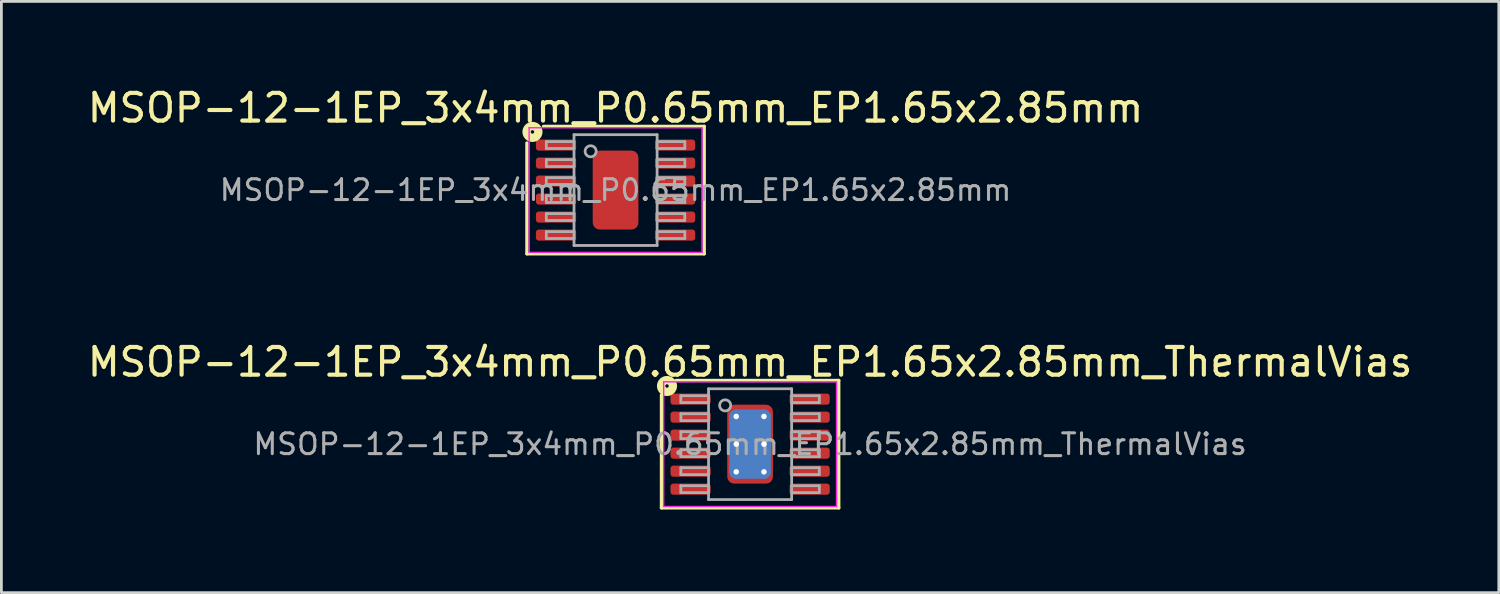
<source format=kicad_pcb>
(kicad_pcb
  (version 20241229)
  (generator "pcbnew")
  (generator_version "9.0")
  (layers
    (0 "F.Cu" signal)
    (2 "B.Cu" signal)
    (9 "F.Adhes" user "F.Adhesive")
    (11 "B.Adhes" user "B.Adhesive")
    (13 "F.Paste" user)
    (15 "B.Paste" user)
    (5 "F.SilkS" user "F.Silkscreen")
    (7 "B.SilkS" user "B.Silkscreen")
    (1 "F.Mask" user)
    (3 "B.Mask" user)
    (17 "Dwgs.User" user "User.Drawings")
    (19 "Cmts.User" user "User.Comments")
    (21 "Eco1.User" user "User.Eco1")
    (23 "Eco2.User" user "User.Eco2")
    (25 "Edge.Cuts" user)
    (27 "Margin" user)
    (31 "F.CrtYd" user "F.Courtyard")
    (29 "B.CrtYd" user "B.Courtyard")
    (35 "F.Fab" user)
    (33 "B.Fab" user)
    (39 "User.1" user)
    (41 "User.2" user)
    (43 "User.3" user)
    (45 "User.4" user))
  (footprint "MSOP-12-1EP_3x4mm_P0.65mm_EP1.65x2.85mm"
    (layer "F.Cu")
    (at 19.173 3.812)
    (property "Reference" "MSOP-12-1EP_3x4mm_P0.65mm_EP1.65x2.85mm" (at 0 -2.964 0) (layer "F.SilkS") (effects (font (size 1 1) (thickness 0.15))))
    (attr smd)
    (fp_line (start -3.2 2.3) (end -3.2 -1.7) (stroke (width 0.12) (type solid)) (layer "F.SilkS"))
    (fp_line (start -2.6 -2.3) (end 3.2 -2.3) (stroke (width 0.12) (type solid)) (layer "F.SilkS"))
    (fp_line (start 3.2 -2.3) (end 3.2 2.3) (stroke (width 0.12) (type solid)) (layer "F.SilkS"))
    (fp_line (start 3.2 2.3) (end -3.2 2.3) (stroke (width 0.12) (type solid)) (layer "F.SilkS"))
    (fp_circle (center -3 -2.1) (end -2.937 -2.1) (stroke (width 0.3) (type solid)) (fill no) (layer "F.SilkS"))
    (fp_line (start -3.12 -2.25) (end -3.12 2.25) (stroke (width 0.05) (type solid)) (layer "F.CrtYd"))
    (fp_line (start -3.12 2.25) (end 3.12 2.25) (stroke (width 0.05) (type solid)) (layer "F.CrtYd"))
    (fp_line (start 3.12 -2.25) (end -3.12 -2.25) (stroke (width 0.05) (type solid)) (layer "F.CrtYd"))
    (fp_line (start 3.12 2.25) (end 3.12 -2.25) (stroke (width 0.05) (type solid)) (layer "F.CrtYd"))
    (fp_line (start -2.5 -1.75) (end -2.5 -1.5) (stroke (width 0.1) (type solid)) (layer "F.Fab"))
    (fp_line (start -2.5 -1.75) (end -1.5 -1.75) (stroke (width 0.1) (type solid)) (layer "F.Fab"))
    (fp_line (start -2.5 -1.5) (end -1.5 -1.5) (stroke (width 0.1) (type solid)) (layer "F.Fab"))
    (fp_line (start -2.5 -0.45) (end -2.5 -0.2) (stroke (width 0.1) (type solid)) (layer "F.Fab"))
    (fp_line (start -2.5 -0.45) (end -1.5 -0.45) (stroke (width 0.1) (type solid)) (layer "F.Fab"))
    (fp_line (start -2.5 -0.2) (end -1.5 -0.2) (stroke (width 0.1) (type solid)) (layer "F.Fab"))
    (fp_line (start -2.5 0.2) (end -2.5 0.45) (stroke (width 0.1) (type solid)) (layer "F.Fab"))
    (fp_line (start -2.5 0.2) (end -1.5 0.2) (stroke (width 0.1) (type solid)) (layer "F.Fab"))
    (fp_line (start -2.5 0.45) (end -1.5 0.45) (stroke (width 0.1) (type solid)) (layer "F.Fab"))
    (fp_line (start -2.5 0.85) (end -2.5 1.1) (stroke (width 0.1) (type solid)) (layer "F.Fab"))
    (fp_line (start -2.5 0.85) (end -1.5 0.85) (stroke (width 0.1) (type solid)) (layer "F.Fab"))
    (fp_line (start -2.5 1.1) (end -1.5 1.1) (stroke (width 0.1) (type solid)) (layer "F.Fab"))
    (fp_line (start -2.5 1.5) (end -2.5 1.75) (stroke (width 0.1) (type solid)) (layer "F.Fab"))
    (fp_line (start -2.5 1.5) (end -1.5 1.5) (stroke (width 0.1) (type solid)) (layer "F.Fab"))
    (fp_line (start -2.5 1.75) (end -1.5 1.75) (stroke (width 0.1) (type solid)) (layer "F.Fab"))
    (fp_line (start -2.498 -1.099) (end -2.498 -0.849) (stroke (width 0.1) (type solid)) (layer "F.Fab"))
    (fp_line (start -2.498 -1.099) (end -1.498 -1.099) (stroke (width 0.1) (type solid)) (layer "F.Fab"))
    (fp_line (start -2.498 -0.849) (end -1.498 -0.849) (stroke (width 0.1) (type solid)) (layer "F.Fab"))
    (fp_line (start -1.5 -2) (end 1.5 -2) (stroke (width 0.1) (type solid)) (layer "F.Fab"))
    (fp_line (start -1.5 2) (end -1.5 -2) (stroke (width 0.1) (type solid)) (layer "F.Fab"))
    (fp_line (start 1.5 -2) (end 1.5 2) (stroke (width 0.1) (type solid)) (layer "F.Fab"))
    (fp_line (start 1.5 2) (end -1.5 2) (stroke (width 0.1) (type solid)) (layer "F.Fab"))
    (fp_line (start 2.498 0.849) (end 1.498 0.849) (stroke (width 0.1) (type solid)) (layer "F.Fab"))
    (fp_line (start 2.498 1.099) (end 1.498 1.099) (stroke (width 0.1) (type solid)) (layer "F.Fab"))
    (fp_line (start 2.498 1.099) (end 2.498 0.849) (stroke (width 0.1) (type solid)) (layer "F.Fab"))
    (fp_line (start 2.5 -1.75) (end 1.5 -1.75) (stroke (width 0.1) (type solid)) (layer "F.Fab"))
    (fp_line (start 2.5 -1.5) (end 1.5 -1.5) (stroke (width 0.1) (type solid)) (layer "F.Fab"))
    (fp_line (start 2.5 -1.5) (end 2.5 -1.75) (stroke (width 0.1) (type solid)) (layer "F.Fab"))
    (fp_line (start 2.5 -1.1) (end 1.5 -1.1) (stroke (width 0.1) (type solid)) (layer "F.Fab"))
    (fp_line (start 2.5 -0.85) (end 1.5 -0.85) (stroke (width 0.1) (type solid)) (layer "F.Fab"))
    (fp_line (start 2.5 -0.85) (end 2.5 -1.1) (stroke (width 0.1) (type solid)) (layer "F.Fab"))
    (fp_line (start 2.5 -0.45) (end 1.5 -0.45) (stroke (width 0.1) (type solid)) (layer "F.Fab"))
    (fp_line (start 2.5 -0.2) (end 1.5 -0.2) (stroke (width 0.1) (type solid)) (layer "F.Fab"))
    (fp_line (start 2.5 -0.2) (end 2.5 -0.45) (stroke (width 0.1) (type solid)) (layer "F.Fab"))
    (fp_line (start 2.5 0.2) (end 1.5 0.2) (stroke (width 0.1) (type solid)) (layer "F.Fab"))
    (fp_line (start 2.5 0.45) (end 1.5 0.45) (stroke (width 0.1) (type solid)) (layer "F.Fab"))
    (fp_line (start 2.5 0.45) (end 2.5 0.2) (stroke (width 0.1) (type solid)) (layer "F.Fab"))
    (fp_line (start 2.5 1.5) (end 1.5 1.5) (stroke (width 0.1) (type solid)) (layer "F.Fab"))
    (fp_line (start 2.5 1.75) (end 1.5 1.75) (stroke (width 0.1) (type solid)) (layer "F.Fab"))
    (fp_line (start 2.5 1.75) (end 2.5 1.5) (stroke (width 0.1) (type solid)) (layer "F.Fab"))
    (fp_circle (center -0.9 -1.4) (end -0.7 -1.4) (stroke (width 0.1) (type solid)) (fill no) (layer "F.Fab"))
    (fp_text user "${REFERENCE}" (at 0 0 0) (layer "F.Fab") (effects (font (size 0.75 0.75) (thickness 0.11))))
    (pad "" smd roundrect (at -0.41 -0.71) (size 0.67 1.15) (layers "F.Paste") (roundrect_rratio 0.25))
    (pad "" smd roundrect (at -0.41 0.71) (size 0.67 1.15) (layers "F.Paste") (roundrect_rratio 0.25))
    (pad "" smd roundrect (at 0.41 -0.71) (size 0.67 1.15) (layers "F.Paste") (roundrect_rratio 0.25))
    (pad "" smd roundrect (at 0.41 0.71) (size 0.67 1.15) (layers "F.Paste") (roundrect_rratio 0.25))
    (pad "1" smd roundrect (at -2.15 -1.625) (size 1.45 0.4) (layers "F.Cu" "F.Mask" "F.Paste") (roundrect_rratio 0.25))
    (pad "2" smd roundrect (at -2.15 -0.975) (size 1.45 0.4) (layers "F.Cu" "F.Mask" "F.Paste") (roundrect_rratio 0.25))
    (pad "3" smd roundrect (at -2.15 -0.325) (size 1.45 0.4) (layers "F.Cu" "F.Mask" "F.Paste") (roundrect_rratio 0.25))
    (pad "4" smd roundrect (at -2.15 0.325) (size 1.45 0.4) (layers "F.Cu" "F.Mask" "F.Paste") (roundrect_rratio 0.25))
    (pad "5" smd roundrect (at -2.15 0.975) (size 1.45 0.4) (layers "F.Cu" "F.Mask" "F.Paste") (roundrect_rratio 0.25))
    (pad "6" smd roundrect (at -2.15 1.625) (size 1.45 0.4) (layers "F.Cu" "F.Mask" "F.Paste") (roundrect_rratio 0.25))
    (pad "7" smd roundrect (at 2.15 1.625) (size 1.45 0.4) (layers "F.Cu" "F.Mask" "F.Paste") (roundrect_rratio 0.25))
    (pad "8" smd roundrect (at 2.15 0.975) (size 1.45 0.4) (layers "F.Cu" "F.Mask" "F.Paste") (roundrect_rratio 0.25))
    (pad "9" smd roundrect (at 2.15 0.325) (size 1.45 0.4) (layers "F.Cu" "F.Mask" "F.Paste") (roundrect_rratio 0.25))
    (pad "10" smd roundrect (at 2.15 -0.325) (size 1.45 0.4) (layers "F.Cu" "F.Mask" "F.Paste") (roundrect_rratio 0.25))
    (pad "11" smd roundrect (at 2.15 -0.975) (size 1.45 0.4) (layers "F.Cu" "F.Mask" "F.Paste") (roundrect_rratio 0.25))
    (pad "12" smd roundrect (at 2.15 -1.625) (size 1.45 0.4) (layers "F.Cu" "F.Mask" "F.Paste") (roundrect_rratio 0.25))
    (pad "13" smd roundrect (at 0 0) (size 1.65 2.85) (layers "F.Cu" "F.Mask") (roundrect_rratio 0.152)))
  (footprint "MSOP-12-1EP_3x4mm_P0.65mm_EP1.65x2.85mm_ThermalVias"
    (layer "F.Cu")
    (at 24.03 12.985)
    (property "Reference" "MSOP-12-1EP_3x4mm_P0.65mm_EP1.65x2.85mm_ThermalVias" (at 0 -2.964 0) (layer "F.SilkS") (effects (font (size 1 1) (thickness 0.15))))
    (attr smd)
    (fp_line (start -3.2 2.3) (end -3.2 -1.778) (stroke (width 0.12) (type solid)) (layer "F.SilkS"))
    (fp_line (start -2.667 -2.3) (end 3.2 -2.3) (stroke (width 0.12) (type solid)) (layer "F.SilkS"))
    (fp_line (start 3.2 -2.3) (end 3.2 2.3) (stroke (width 0.12) (type solid)) (layer "F.SilkS"))
    (fp_line (start 3.2 2.3) (end -3.2 2.3) (stroke (width 0.12) (type solid)) (layer "F.SilkS"))
    (fp_circle (center -3 -2.1) (end -2.937 -2.1) (stroke (width 0.3) (type solid)) (fill no) (layer "F.SilkS"))
    (fp_line (start -3.12 -2.25) (end -3.12 2.25) (stroke (width 0.05) (type solid)) (layer "F.CrtYd"))
    (fp_line (start -3.12 2.25) (end 3.12 2.25) (stroke (width 0.05) (type solid)) (layer "F.CrtYd"))
    (fp_line (start 3.12 -2.25) (end -3.12 -2.25) (stroke (width 0.05) (type solid)) (layer "F.CrtYd"))
    (fp_line (start 3.12 2.25) (end 3.12 -2.25) (stroke (width 0.05) (type solid)) (layer "F.CrtYd"))
    (fp_line (start -2.5 -1.75) (end -2.5 -1.5) (stroke (width 0.1) (type solid)) (layer "F.Fab"))
    (fp_line (start -2.5 -1.75) (end -1.5 -1.75) (stroke (width 0.1) (type solid)) (layer "F.Fab"))
    (fp_line (start -2.5 -1.5) (end -1.5 -1.5) (stroke (width 0.1) (type solid)) (layer "F.Fab"))
    (fp_line (start -2.5 -0.45) (end -2.5 -0.2) (stroke (width 0.1) (type solid)) (layer "F.Fab"))
    (fp_line (start -2.5 -0.45) (end -1.5 -0.45) (stroke (width 0.1) (type solid)) (layer "F.Fab"))
    (fp_line (start -2.5 -0.2) (end -1.5 -0.2) (stroke (width 0.1) (type solid)) (layer "F.Fab"))
    (fp_line (start -2.5 0.2) (end -2.5 0.45) (stroke (width 0.1) (type solid)) (layer "F.Fab"))
    (fp_line (start -2.5 0.2) (end -1.5 0.2) (stroke (width 0.1) (type solid)) (layer "F.Fab"))
    (fp_line (start -2.5 0.45) (end -1.5 0.45) (stroke (width 0.1) (type solid)) (layer "F.Fab"))
    (fp_line (start -2.5 0.85) (end -2.5 1.1) (stroke (width 0.1) (type solid)) (layer "F.Fab"))
    (fp_line (start -2.5 0.85) (end -1.5 0.85) (stroke (width 0.1) (type solid)) (layer "F.Fab"))
    (fp_line (start -2.5 1.1) (end -1.5 1.1) (stroke (width 0.1) (type solid)) (layer "F.Fab"))
    (fp_line (start -2.5 1.5) (end -2.5 1.75) (stroke (width 0.1) (type solid)) (layer "F.Fab"))
    (fp_line (start -2.5 1.5) (end -1.5 1.5) (stroke (width 0.1) (type solid)) (layer "F.Fab"))
    (fp_line (start -2.5 1.75) (end -1.5 1.75) (stroke (width 0.1) (type solid)) (layer "F.Fab"))
    (fp_line (start -2.498 -1.099) (end -2.498 -0.849) (stroke (width 0.1) (type solid)) (layer "F.Fab"))
    (fp_line (start -2.498 -1.099) (end -1.498 -1.099) (stroke (width 0.1) (type solid)) (layer "F.Fab"))
    (fp_line (start -2.498 -0.849) (end -1.498 -0.849) (stroke (width 0.1) (type solid)) (layer "F.Fab"))
    (fp_line (start -1.5 -2) (end 1.5 -2) (stroke (width 0.1) (type solid)) (layer "F.Fab"))
    (fp_line (start -1.5 2) (end -1.5 -2) (stroke (width 0.1) (type solid)) (layer "F.Fab"))
    (fp_line (start 1.5 -2) (end 1.5 2) (stroke (width 0.1) (type solid)) (layer "F.Fab"))
    (fp_line (start 1.5 2) (end -1.5 2) (stroke (width 0.1) (type solid)) (layer "F.Fab"))
    (fp_line (start 2.498 0.849) (end 1.498 0.849) (stroke (width 0.1) (type solid)) (layer "F.Fab"))
    (fp_line (start 2.498 1.099) (end 1.498 1.099) (stroke (width 0.1) (type solid)) (layer "F.Fab"))
    (fp_line (start 2.498 1.099) (end 2.498 0.849) (stroke (width 0.1) (type solid)) (layer "F.Fab"))
    (fp_line (start 2.5 -1.75) (end 1.5 -1.75) (stroke (width 0.1) (type solid)) (layer "F.Fab"))
    (fp_line (start 2.5 -1.5) (end 1.5 -1.5) (stroke (width 0.1) (type solid)) (layer "F.Fab"))
    (fp_line (start 2.5 -1.5) (end 2.5 -1.75) (stroke (width 0.1) (type solid)) (layer "F.Fab"))
    (fp_line (start 2.5 -1.1) (end 1.5 -1.1) (stroke (width 0.1) (type solid)) (layer "F.Fab"))
    (fp_line (start 2.5 -0.85) (end 1.5 -0.85) (stroke (width 0.1) (type solid)) (layer "F.Fab"))
    (fp_line (start 2.5 -0.85) (end 2.5 -1.1) (stroke (width 0.1) (type solid)) (layer "F.Fab"))
    (fp_line (start 2.5 -0.45) (end 1.5 -0.45) (stroke (width 0.1) (type solid)) (layer "F.Fab"))
    (fp_line (start 2.5 -0.2) (end 1.5 -0.2) (stroke (width 0.1) (type solid)) (layer "F.Fab"))
    (fp_line (start 2.5 -0.2) (end 2.5 -0.45) (stroke (width 0.1) (type solid)) (layer "F.Fab"))
    (fp_line (start 2.5 0.2) (end 1.5 0.2) (stroke (width 0.1) (type solid)) (layer "F.Fab"))
    (fp_line (start 2.5 0.45) (end 1.5 0.45) (stroke (width 0.1) (type solid)) (layer "F.Fab"))
    (fp_line (start 2.5 0.45) (end 2.5 0.2) (stroke (width 0.1) (type solid)) (layer "F.Fab"))
    (fp_line (start 2.5 1.5) (end 1.5 1.5) (stroke (width 0.1) (type solid)) (layer "F.Fab"))
    (fp_line (start 2.5 1.75) (end 1.5 1.75) (stroke (width 0.1) (type solid)) (layer "F.Fab"))
    (fp_line (start 2.5 1.75) (end 2.5 1.5) (stroke (width 0.1) (type solid)) (layer "F.Fab"))
    (fp_circle (center -0.9 -1.4) (end -0.7 -1.4) (stroke (width 0.1) (type solid)) (fill no) (layer "F.Fab"))
    (fp_text user "${REFERENCE}" (at 0 0 0) (layer "F.Fab") (effects (font (size 0.75 0.75) (thickness 0.11))))
    (pad "" smd roundrect (at -0.41 -0.71) (size 0.69 1.19) (layers "F.Paste") (roundrect_rratio 0.25))
    (pad "" smd roundrect (at -0.41 0.71) (size 0.69 1.19) (layers "F.Paste") (roundrect_rratio 0.25))
    (pad "" smd roundrect (at 0.41 -0.71) (size 0.69 1.19) (layers "F.Paste") (roundrect_rratio 0.25))
    (pad "" smd roundrect (at 0.41 0.71) (size 0.69 1.19) (layers "F.Paste") (roundrect_rratio 0.25))
    (pad "1" smd roundrect (at -2.15 -1.625) (size 1.45 0.4) (layers "F.Cu" "F.Mask" "F.Paste") (roundrect_rratio 0.25))
    (pad "2" smd roundrect (at -2.15 -0.975) (size 1.45 0.4) (layers "F.Cu" "F.Mask" "F.Paste") (roundrect_rratio 0.25))
    (pad "3" smd roundrect (at -2.15 -0.325) (size 1.45 0.4) (layers "F.Cu" "F.Mask" "F.Paste") (roundrect_rratio 0.25))
    (pad "4" smd roundrect (at -2.15 0.325) (size 1.45 0.4) (layers "F.Cu" "F.Mask" "F.Paste") (roundrect_rratio 0.25))
    (pad "5" smd roundrect (at -2.15 0.975) (size 1.45 0.4) (layers "F.Cu" "F.Mask" "F.Paste") (roundrect_rratio 0.25))
    (pad "6" smd roundrect (at -2.15 1.625) (size 1.45 0.4) (layers "F.Cu" "F.Mask" "F.Paste") (roundrect_rratio 0.25))
    (pad "7" smd roundrect (at 2.15 1.625) (size 1.45 0.4) (layers "F.Cu" "F.Mask" "F.Paste") (roundrect_rratio 0.25))
    (pad "8" smd roundrect (at 2.15 0.975) (size 1.45 0.4) (layers "F.Cu" "F.Mask" "F.Paste") (roundrect_rratio 0.25))
    (pad "9" smd roundrect (at 2.15 0.325) (size 1.45 0.4) (layers "F.Cu" "F.Mask" "F.Paste") (roundrect_rratio 0.25))
    (pad "10" smd roundrect (at 2.15 -0.325) (size 1.45 0.4) (layers "F.Cu" "F.Mask" "F.Paste") (roundrect_rratio 0.25))
    (pad "11" smd roundrect (at 2.15 -0.975) (size 1.45 0.4) (layers "F.Cu" "F.Mask" "F.Paste") (roundrect_rratio 0.25))
    (pad "12" smd roundrect (at 2.15 -1.625) (size 1.45 0.4) (layers "F.Cu" "F.Mask" "F.Paste") (roundrect_rratio 0.25))
    (pad "13" thru_hole circle (at -0.5 -1) (size 0.5 0.5) (drill 0.2) (property pad_prop_heatsink) (layers "*.Cu"))
    (pad "13" thru_hole circle (at -0.5 0) (size 0.5 0.5) (drill 0.2) (property pad_prop_heatsink) (layers "*.Cu"))
    (pad "13" thru_hole circle (at -0.5 1) (size 0.5 0.5) (drill 0.2) (property pad_prop_heatsink) (layers "*.Cu"))
    (pad "13" smd roundrect (at 0 0) (size 1.5 2.5) (layers "B.Cu" "B.Mask") (roundrect_rratio 0.167))
    (pad "13" smd roundrect (at 0 0) (size 1.65 2.85) (layers "F.Cu" "F.Mask") (roundrect_rratio 0.152))
    (pad "13" thru_hole circle (at 0.5 -1) (size 0.5 0.5) (drill 0.2) (property pad_prop_heatsink) (layers "*.Cu"))
    (pad "13" thru_hole circle (at 0.5 0) (size 0.5 0.5) (drill 0.2) (property pad_prop_heatsink) (layers "*.Cu"))
    (pad "13" thru_hole circle (at 0.5 1) (size 0.5 0.5) (drill 0.2) (property pad_prop_heatsink) (layers "*.Cu")))
  (gr_rect
    (start -3 -3)
    (end 51.06 18.345)
    (stroke (width 0.1) (type default))
    (fill no)
    (layer "Edge.Cuts")))
</source>
